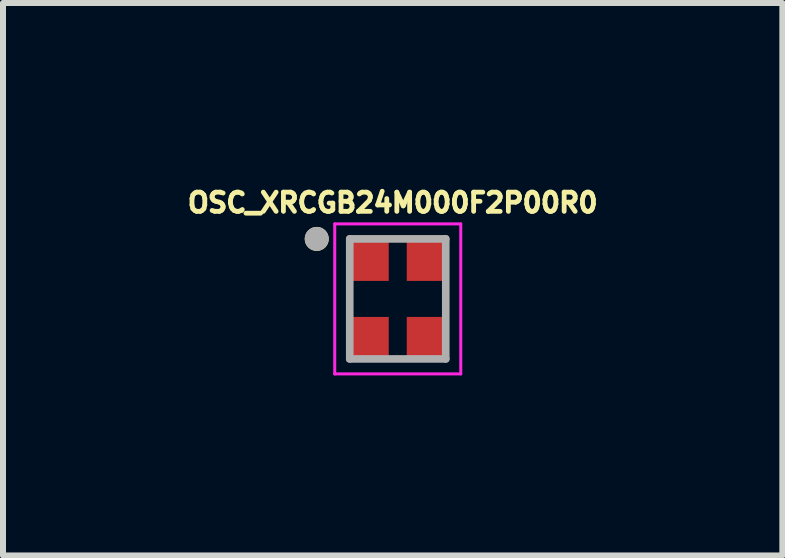
<source format=kicad_pcb>
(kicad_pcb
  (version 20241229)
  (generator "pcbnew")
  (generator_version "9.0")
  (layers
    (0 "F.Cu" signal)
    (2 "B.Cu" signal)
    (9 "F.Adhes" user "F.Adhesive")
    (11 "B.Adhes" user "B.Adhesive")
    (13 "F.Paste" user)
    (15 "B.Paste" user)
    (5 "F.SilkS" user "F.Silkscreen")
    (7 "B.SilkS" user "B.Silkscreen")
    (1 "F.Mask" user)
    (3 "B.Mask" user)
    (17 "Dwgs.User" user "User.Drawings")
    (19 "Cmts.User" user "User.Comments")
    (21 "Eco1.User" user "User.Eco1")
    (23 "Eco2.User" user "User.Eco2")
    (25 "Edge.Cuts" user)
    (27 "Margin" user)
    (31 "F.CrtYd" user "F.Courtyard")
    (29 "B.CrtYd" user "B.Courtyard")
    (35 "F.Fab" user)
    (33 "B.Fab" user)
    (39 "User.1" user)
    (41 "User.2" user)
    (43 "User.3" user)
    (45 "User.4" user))
  (footprint "OSC_XRCGB24M000F2P00R0"
    (layer "F.Cu")
    (at 3.578 1.931)
    (property "Reference" "OSC_XRCGB24M000F2P00R0" (at -0.084 -1.603 0) (layer "F.SilkS") (effects (font (size 0.32 0.32) (thickness 0.15))))
    (attr smd)
    (fp_circle (center -1.35 -1) (end -1.25 -1) (stroke (width 0.2) (type solid)) (fill no) (layer "F.SilkS"))
    (fp_line (start -1.05 -1.25) (end 1.05 -1.25) (stroke (width 0.05) (type solid)) (layer "F.CrtYd"))
    (fp_line (start -1.05 1.25) (end -1.05 -1.25) (stroke (width 0.05) (type solid)) (layer "F.CrtYd"))
    (fp_line (start 1.05 -1.25) (end 1.05 1.25) (stroke (width 0.05) (type solid)) (layer "F.CrtYd"))
    (fp_line (start 1.05 1.25) (end -1.05 1.25) (stroke (width 0.05) (type solid)) (layer "F.CrtYd"))
    (fp_line (start -0.8 -1) (end 0.8 -1) (stroke (width 0.127) (type solid)) (layer "F.Fab"))
    (fp_line (start -0.8 1) (end -0.8 -1) (stroke (width 0.127) (type solid)) (layer "F.Fab"))
    (fp_line (start 0.8 -1) (end 0.8 1) (stroke (width 0.127) (type solid)) (layer "F.Fab"))
    (fp_line (start 0.8 1) (end -0.8 1) (stroke (width 0.127) (type solid)) (layer "F.Fab"))
    (fp_circle (center -1.35 -1) (end -1.25 -1) (stroke (width 0.2) (type solid)) (fill no) (layer "F.Fab"))
    (pad "1" smd rect (at -0.5 -0.675) (size 0.7 0.75) (layers "F.Cu" "F.Mask" "F.Paste"))
    (pad "2" smd rect (at -0.5 0.675) (size 0.7 0.75) (layers "F.Cu" "F.Mask" "F.Paste"))
    (pad "3" smd rect (at 0.5 0.675) (size 0.7 0.75) (layers "F.Cu" "F.Mask" "F.Paste"))
    (pad "4" smd rect (at 0.5 -0.675) (size 0.7 0.75) (layers "F.Cu" "F.Mask" "F.Paste")))
  (gr_rect
    (start -3 -3)
    (end 9.987 6.206)
    (stroke (width 0.1) (type default))
    (fill no)
    (layer "Edge.Cuts")))
</source>
